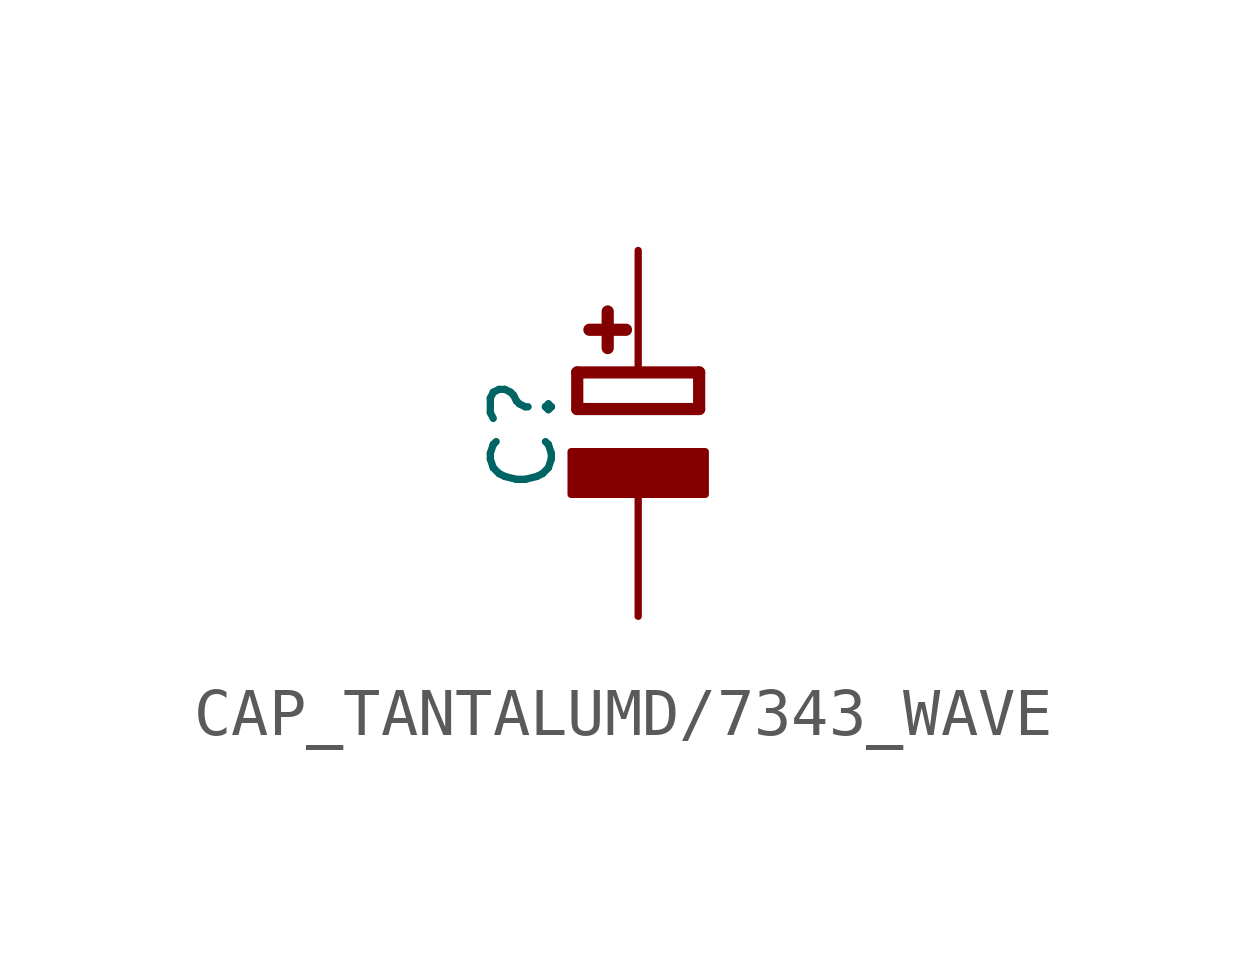
<source format=kicad_sym>
(kicad_symbol_lib
  (version 20220914)
  (generator kicad_symbol_editor)
  (symbol "CAP_TANTALUMD/7343_WAVE"
    (property "Reference" "C"
      (at -2.39 1.25 90)
      (effects (font (size 1.27 1.27))))
    (property "Value" ""
      (at 2.5 1.25 90)
      (effects (font (size 1.27 1.27))))
    (property "ki_locked" ""
      (at 0 0 0)
      (effects (font (size 1.27 1.27))))
    (symbol "CAP_TANTALUMD/7343_WAVE_1_0"
      (rectangle (start -1.397 0) (end 1.397 0.889) (stroke (width 0) (type default)) (fill (type outline)))
      (polyline (pts (xy -1.27 1.778) (xy -1.27 2.54)) (stroke (width 0.254) (type solid)) (fill (type none)))
      (polyline (pts (xy -1.27 2.54) (xy 1.27 2.54)) (stroke (width 0.254) (type solid)) (fill (type none)))
      (polyline (pts (xy -1.016 3.429) (xy -0.254 3.429)) (stroke (width 0.254) (type solid)) (fill (type none)))
      (polyline (pts (xy -0.635 3.81) (xy -0.635 3.048)) (stroke (width 0.254) (type solid)) (fill (type none)))
      (polyline (pts (xy 1.27 1.778) (xy -1.27 1.778)) (stroke (width 0.254) (type solid)) (fill (type none)))
      (polyline (pts (xy 1.27 2.54) (xy 1.27 1.778)) (stroke (width 0.254) (type solid)) (fill (type none)))
      (pin passive line (at 0 5.08 270) (length 2.54) (name "+" (effects (font (size 0 0)))) (number "+" (effects (font (size 0 0)))))
      (pin passive line (at 0 -2.54 90) (length 2.54) (name "-" (effects (font (size 0 0)))) (number "-" (effects (font (size 0 0))))))))
</source>
